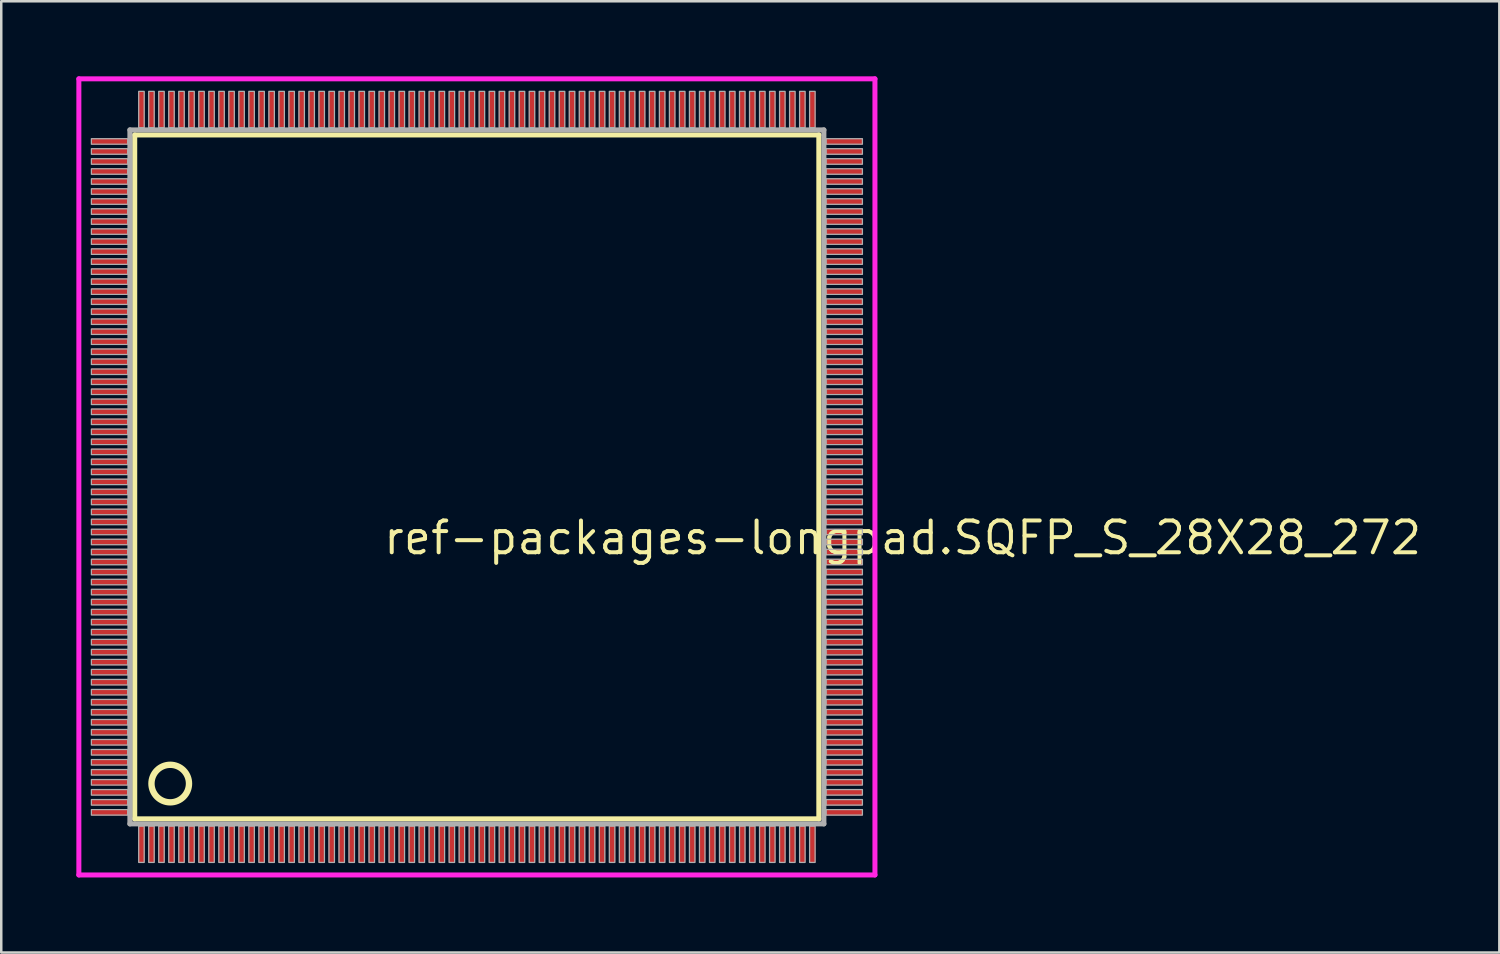
<source format=kicad_pcb>
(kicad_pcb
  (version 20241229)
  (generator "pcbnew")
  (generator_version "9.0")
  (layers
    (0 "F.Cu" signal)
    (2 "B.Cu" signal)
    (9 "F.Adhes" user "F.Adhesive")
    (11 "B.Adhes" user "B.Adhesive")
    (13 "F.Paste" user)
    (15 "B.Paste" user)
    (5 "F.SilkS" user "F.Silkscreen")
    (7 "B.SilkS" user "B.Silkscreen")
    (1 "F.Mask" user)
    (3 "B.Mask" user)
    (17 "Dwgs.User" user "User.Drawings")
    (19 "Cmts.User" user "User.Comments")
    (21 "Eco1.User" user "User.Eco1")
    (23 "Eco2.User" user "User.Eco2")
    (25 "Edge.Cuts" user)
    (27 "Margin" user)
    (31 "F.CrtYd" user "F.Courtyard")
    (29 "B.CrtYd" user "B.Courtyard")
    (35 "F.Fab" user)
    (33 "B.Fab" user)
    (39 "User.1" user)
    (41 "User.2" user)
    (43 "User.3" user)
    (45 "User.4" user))
  (footprint "ref-packages-longpad.SQFP_S_28X28_272"
    (layer "F.Cu")
    (at 16 16)
    (property "Reference" "ref-packages-longpad.SQFP_S_28X28_272" (at -3.81 3.175 0) (layer "F.SilkS") (effects (font (size 1.27 1.27) (thickness 0.16)) (justify left bottom)))
    (attr smd)
    (fp_line (start -13.67 -13.66) (end 13.66 -13.66) (stroke (width 0.203) (type default)) (layer "F.SilkS"))
    (fp_line (start -13.67 13.66) (end -13.67 -13.66) (stroke (width 0.203) (type default)) (layer "F.SilkS"))
    (fp_line (start 13.66 -13.66) (end 13.66 13.66) (stroke (width 0.203) (type default)) (layer "F.SilkS"))
    (fp_line (start 13.66 13.66) (end -13.67 13.66) (stroke (width 0.203) (type default)) (layer "F.SilkS"))
    (fp_circle (center -12.25 12.25) (end -11.5 12.25) (stroke (width 0.254) (type default)) (fill no) (layer "F.SilkS"))
    (fp_line (start -15.9 -15.9) (end 15.9 -15.9) (stroke (width 0.2) (type default)) (layer "F.CrtYd"))
    (fp_line (start -15.9 15.9) (end -15.9 -15.9) (stroke (width 0.2) (type default)) (layer "F.CrtYd"))
    (fp_line (start 15.9 -15.9) (end 15.9 15.9) (stroke (width 0.2) (type default)) (layer "F.CrtYd"))
    (fp_line (start 15.9 15.9) (end -15.9 15.9) (stroke (width 0.2) (type default)) (layer "F.CrtYd"))
    (fp_line (start -13.86 -13.86) (end -13.86 13.86) (stroke (width 0.203) (type default)) (layer "F.Fab"))
    (fp_line (start -13.86 13.86) (end 13.86 13.86) (stroke (width 0.203) (type default)) (layer "F.Fab"))
    (fp_line (start 13.86 -13.86) (end -13.86 -13.86) (stroke (width 0.203) (type default)) (layer "F.Fab"))
    (fp_line (start 13.86 13.86) (end 13.86 -13.86) (stroke (width 0.203) (type default)) (layer "F.Fab"))
    (fp_rect (start -15.4 -13.29) (end -13.95 -13.51) (stroke (width 0.05) (type default)) (fill no) (layer "F.Fab"))
    (fp_rect (start -15.4 -12.89) (end -13.95 -13.11) (stroke (width 0.05) (type default)) (fill no) (layer "F.Fab"))
    (fp_rect (start -15.4 -12.49) (end -13.95 -12.71) (stroke (width 0.05) (type default)) (fill no) (layer "F.Fab"))
    (fp_rect (start -15.4 -12.09) (end -13.95 -12.31) (stroke (width 0.05) (type default)) (fill no) (layer "F.Fab"))
    (fp_rect (start -15.4 -11.69) (end -13.95 -11.91) (stroke (width 0.05) (type default)) (fill no) (layer "F.Fab"))
    (fp_rect (start -15.4 -11.29) (end -13.95 -11.51) (stroke (width 0.05) (type default)) (fill no) (layer "F.Fab"))
    (fp_rect (start -15.4 -10.89) (end -13.95 -11.11) (stroke (width 0.05) (type default)) (fill no) (layer "F.Fab"))
    (fp_rect (start -15.4 -10.49) (end -13.95 -10.71) (stroke (width 0.05) (type default)) (fill no) (layer "F.Fab"))
    (fp_rect (start -15.4 -10.09) (end -13.95 -10.31) (stroke (width 0.05) (type default)) (fill no) (layer "F.Fab"))
    (fp_rect (start -15.4 -9.69) (end -13.95 -9.91) (stroke (width 0.05) (type default)) (fill no) (layer "F.Fab"))
    (fp_rect (start -15.4 -9.29) (end -13.95 -9.51) (stroke (width 0.05) (type default)) (fill no) (layer "F.Fab"))
    (fp_rect (start -15.4 -8.89) (end -13.95 -9.11) (stroke (width 0.05) (type default)) (fill no) (layer "F.Fab"))
    (fp_rect (start -15.4 -8.49) (end -13.95 -8.71) (stroke (width 0.05) (type default)) (fill no) (layer "F.Fab"))
    (fp_rect (start -15.4 -8.09) (end -13.95 -8.31) (stroke (width 0.05) (type default)) (fill no) (layer "F.Fab"))
    (fp_rect (start -15.4 -7.69) (end -13.95 -7.91) (stroke (width 0.05) (type default)) (fill no) (layer "F.Fab"))
    (fp_rect (start -15.4 -7.29) (end -13.95 -7.51) (stroke (width 0.05) (type default)) (fill no) (layer "F.Fab"))
    (fp_rect (start -15.4 -6.89) (end -13.95 -7.11) (stroke (width 0.05) (type default)) (fill no) (layer "F.Fab"))
    (fp_rect (start -15.4 -6.49) (end -13.95 -6.71) (stroke (width 0.05) (type default)) (fill no) (layer "F.Fab"))
    (fp_rect (start -15.4 -6.09) (end -13.95 -6.31) (stroke (width 0.05) (type default)) (fill no) (layer "F.Fab"))
    (fp_rect (start -15.4 -5.69) (end -13.95 -5.91) (stroke (width 0.05) (type default)) (fill no) (layer "F.Fab"))
    (fp_rect (start -15.4 -5.29) (end -13.95 -5.51) (stroke (width 0.05) (type default)) (fill no) (layer "F.Fab"))
    (fp_rect (start -15.4 -4.89) (end -13.95 -5.11) (stroke (width 0.05) (type default)) (fill no) (layer "F.Fab"))
    (fp_rect (start -15.4 -4.49) (end -13.95 -4.71) (stroke (width 0.05) (type default)) (fill no) (layer "F.Fab"))
    (fp_rect (start -15.4 -4.09) (end -13.95 -4.31) (stroke (width 0.05) (type default)) (fill no) (layer "F.Fab"))
    (fp_rect (start -15.4 -3.69) (end -13.95 -3.91) (stroke (width 0.05) (type default)) (fill no) (layer "F.Fab"))
    (fp_rect (start -15.4 -3.29) (end -13.95 -3.51) (stroke (width 0.05) (type default)) (fill no) (layer "F.Fab"))
    (fp_rect (start -15.4 -2.89) (end -13.95 -3.11) (stroke (width 0.05) (type default)) (fill no) (layer "F.Fab"))
    (fp_rect (start -15.4 -2.49) (end -13.95 -2.71) (stroke (width 0.05) (type default)) (fill no) (layer "F.Fab"))
    (fp_rect (start -15.4 -2.09) (end -13.95 -2.31) (stroke (width 0.05) (type default)) (fill no) (layer "F.Fab"))
    (fp_rect (start -15.4 -1.69) (end -13.95 -1.91) (stroke (width 0.05) (type default)) (fill no) (layer "F.Fab"))
    (fp_rect (start -15.4 -1.29) (end -13.95 -1.51) (stroke (width 0.05) (type default)) (fill no) (layer "F.Fab"))
    (fp_rect (start -15.4 -0.89) (end -13.95 -1.11) (stroke (width 0.05) (type default)) (fill no) (layer "F.Fab"))
    (fp_rect (start -15.4 -0.49) (end -13.95 -0.71) (stroke (width 0.05) (type default)) (fill no) (layer "F.Fab"))
    (fp_rect (start -15.4 -0.09) (end -13.95 -0.31) (stroke (width 0.05) (type default)) (fill no) (layer "F.Fab"))
    (fp_rect (start -15.4 0.31) (end -13.95 0.09) (stroke (width 0.05) (type default)) (fill no) (layer "F.Fab"))
    (fp_rect (start -15.4 0.71) (end -13.95 0.49) (stroke (width 0.05) (type default)) (fill no) (layer "F.Fab"))
    (fp_rect (start -15.4 1.11) (end -13.95 0.89) (stroke (width 0.05) (type default)) (fill no) (layer "F.Fab"))
    (fp_rect (start -15.4 1.51) (end -13.95 1.29) (stroke (width 0.05) (type default)) (fill no) (layer "F.Fab"))
    (fp_rect (start -15.4 1.91) (end -13.95 1.69) (stroke (width 0.05) (type default)) (fill no) (layer "F.Fab"))
    (fp_rect (start -15.4 2.31) (end -13.95 2.09) (stroke (width 0.05) (type default)) (fill no) (layer "F.Fab"))
    (fp_rect (start -15.4 2.71) (end -13.95 2.49) (stroke (width 0.05) (type default)) (fill no) (layer "F.Fab"))
    (fp_rect (start -15.4 3.11) (end -13.95 2.89) (stroke (width 0.05) (type default)) (fill no) (layer "F.Fab"))
    (fp_rect (start -15.4 3.51) (end -13.95 3.29) (stroke (width 0.05) (type default)) (fill no) (layer "F.Fab"))
    (fp_rect (start -15.4 3.91) (end -13.95 3.69) (stroke (width 0.05) (type default)) (fill no) (layer "F.Fab"))
    (fp_rect (start -15.4 4.31) (end -13.95 4.09) (stroke (width 0.05) (type default)) (fill no) (layer "F.Fab"))
    (fp_rect (start -15.4 4.71) (end -13.95 4.49) (stroke (width 0.05) (type default)) (fill no) (layer "F.Fab"))
    (fp_rect (start -15.4 5.11) (end -13.95 4.89) (stroke (width 0.05) (type default)) (fill no) (layer "F.Fab"))
    (fp_rect (start -15.4 5.51) (end -13.95 5.29) (stroke (width 0.05) (type default)) (fill no) (layer "F.Fab"))
    (fp_rect (start -15.4 5.91) (end -13.95 5.69) (stroke (width 0.05) (type default)) (fill no) (layer "F.Fab"))
    (fp_rect (start -15.4 6.31) (end -13.95 6.09) (stroke (width 0.05) (type default)) (fill no) (layer "F.Fab"))
    (fp_rect (start -15.4 6.71) (end -13.95 6.49) (stroke (width 0.05) (type default)) (fill no) (layer "F.Fab"))
    (fp_rect (start -15.4 7.11) (end -13.95 6.89) (stroke (width 0.05) (type default)) (fill no) (layer "F.Fab"))
    (fp_rect (start -15.4 7.51) (end -13.95 7.29) (stroke (width 0.05) (type default)) (fill no) (layer "F.Fab"))
    (fp_rect (start -15.4 7.91) (end -13.95 7.69) (stroke (width 0.05) (type default)) (fill no) (layer "F.Fab"))
    (fp_rect (start -15.4 8.31) (end -13.95 8.09) (stroke (width 0.05) (type default)) (fill no) (layer "F.Fab"))
    (fp_rect (start -15.4 8.71) (end -13.95 8.49) (stroke (width 0.05) (type default)) (fill no) (layer "F.Fab"))
    (fp_rect (start -15.4 9.11) (end -13.95 8.89) (stroke (width 0.05) (type default)) (fill no) (layer "F.Fab"))
    (fp_rect (start -15.4 9.51) (end -13.95 9.29) (stroke (width 0.05) (type default)) (fill no) (layer "F.Fab"))
    (fp_rect (start -15.4 9.91) (end -13.95 9.69) (stroke (width 0.05) (type default)) (fill no) (layer "F.Fab"))
    (fp_rect (start -15.4 10.31) (end -13.95 10.09) (stroke (width 0.05) (type default)) (fill no) (layer "F.Fab"))
    (fp_rect (start -15.4 10.71) (end -13.95 10.49) (stroke (width 0.05) (type default)) (fill no) (layer "F.Fab"))
    (fp_rect (start -15.4 11.11) (end -13.95 10.89) (stroke (width 0.05) (type default)) (fill no) (layer "F.Fab"))
    (fp_rect (start -15.4 11.51) (end -13.95 11.29) (stroke (width 0.05) (type default)) (fill no) (layer "F.Fab"))
    (fp_rect (start -15.4 11.91) (end -13.95 11.69) (stroke (width 0.05) (type default)) (fill no) (layer "F.Fab"))
    (fp_rect (start -15.4 12.31) (end -13.95 12.09) (stroke (width 0.05) (type default)) (fill no) (layer "F.Fab"))
    (fp_rect (start -15.4 12.71) (end -13.95 12.49) (stroke (width 0.05) (type default)) (fill no) (layer "F.Fab"))
    (fp_rect (start -15.4 13.11) (end -13.95 12.89) (stroke (width 0.05) (type default)) (fill no) (layer "F.Fab"))
    (fp_rect (start -15.4 13.51) (end -13.95 13.29) (stroke (width 0.05) (type default)) (fill no) (layer "F.Fab"))
    (fp_rect (start -13.51 -13.95) (end -13.29 -15.4) (stroke (width 0.05) (type default)) (fill no) (layer "F.Fab"))
    (fp_rect (start -13.51 15.4) (end -13.29 13.95) (stroke (width 0.05) (type default)) (fill no) (layer "F.Fab"))
    (fp_rect (start -13.11 -13.95) (end -12.89 -15.4) (stroke (width 0.05) (type default)) (fill no) (layer "F.Fab"))
    (fp_rect (start -13.11 15.4) (end -12.89 13.95) (stroke (width 0.05) (type default)) (fill no) (layer "F.Fab"))
    (fp_rect (start -12.71 -13.95) (end -12.49 -15.4) (stroke (width 0.05) (type default)) (fill no) (layer "F.Fab"))
    (fp_rect (start -12.71 15.4) (end -12.49 13.95) (stroke (width 0.05) (type default)) (fill no) (layer "F.Fab"))
    (fp_rect (start -12.31 -13.95) (end -12.09 -15.4) (stroke (width 0.05) (type default)) (fill no) (layer "F.Fab"))
    (fp_rect (start -12.31 15.4) (end -12.09 13.95) (stroke (width 0.05) (type default)) (fill no) (layer "F.Fab"))
    (fp_rect (start -11.91 -13.95) (end -11.69 -15.4) (stroke (width 0.05) (type default)) (fill no) (layer "F.Fab"))
    (fp_rect (start -11.91 15.4) (end -11.69 13.95) (stroke (width 0.05) (type default)) (fill no) (layer "F.Fab"))
    (fp_rect (start -11.51 -13.95) (end -11.29 -15.4) (stroke (width 0.05) (type default)) (fill no) (layer "F.Fab"))
    (fp_rect (start -11.51 15.4) (end -11.29 13.95) (stroke (width 0.05) (type default)) (fill no) (layer "F.Fab"))
    (fp_rect (start -11.11 -13.95) (end -10.89 -15.4) (stroke (width 0.05) (type default)) (fill no) (layer "F.Fab"))
    (fp_rect (start -11.11 15.4) (end -10.89 13.95) (stroke (width 0.05) (type default)) (fill no) (layer "F.Fab"))
    (fp_rect (start -10.71 -13.95) (end -10.49 -15.4) (stroke (width 0.05) (type default)) (fill no) (layer "F.Fab"))
    (fp_rect (start -10.71 15.4) (end -10.49 13.95) (stroke (width 0.05) (type default)) (fill no) (layer "F.Fab"))
    (fp_rect (start -10.31 -13.95) (end -10.09 -15.4) (stroke (width 0.05) (type default)) (fill no) (layer "F.Fab"))
    (fp_rect (start -10.31 15.4) (end -10.09 13.95) (stroke (width 0.05) (type default)) (fill no) (layer "F.Fab"))
    (fp_rect (start -9.91 -13.95) (end -9.69 -15.4) (stroke (width 0.05) (type default)) (fill no) (layer "F.Fab"))
    (fp_rect (start -9.91 15.4) (end -9.69 13.95) (stroke (width 0.05) (type default)) (fill no) (layer "F.Fab"))
    (fp_rect (start -9.51 -13.95) (end -9.29 -15.4) (stroke (width 0.05) (type default)) (fill no) (layer "F.Fab"))
    (fp_rect (start -9.51 15.4) (end -9.29 13.95) (stroke (width 0.05) (type default)) (fill no) (layer "F.Fab"))
    (fp_rect (start -9.11 -13.95) (end -8.89 -15.4) (stroke (width 0.05) (type default)) (fill no) (layer "F.Fab"))
    (fp_rect (start -9.11 15.4) (end -8.89 13.95) (stroke (width 0.05) (type default)) (fill no) (layer "F.Fab"))
    (fp_rect (start -8.71 -13.95) (end -8.49 -15.4) (stroke (width 0.05) (type default)) (fill no) (layer "F.Fab"))
    (fp_rect (start -8.71 15.4) (end -8.49 13.95) (stroke (width 0.05) (type default)) (fill no) (layer "F.Fab"))
    (fp_rect (start -8.31 -13.95) (end -8.09 -15.4) (stroke (width 0.05) (type default)) (fill no) (layer "F.Fab"))
    (fp_rect (start -8.31 15.4) (end -8.09 13.95) (stroke (width 0.05) (type default)) (fill no) (layer "F.Fab"))
    (fp_rect (start -7.91 -13.95) (end -7.69 -15.4) (stroke (width 0.05) (type default)) (fill no) (layer "F.Fab"))
    (fp_rect (start -7.91 15.4) (end -7.69 13.95) (stroke (width 0.05) (type default)) (fill no) (layer "F.Fab"))
    (fp_rect (start -7.51 -13.95) (end -7.29 -15.4) (stroke (width 0.05) (type default)) (fill no) (layer "F.Fab"))
    (fp_rect (start -7.51 15.4) (end -7.29 13.95) (stroke (width 0.05) (type default)) (fill no) (layer "F.Fab"))
    (fp_rect (start -7.11 -13.95) (end -6.89 -15.4) (stroke (width 0.05) (type default)) (fill no) (layer "F.Fab"))
    (fp_rect (start -7.11 15.4) (end -6.89 13.95) (stroke (width 0.05) (type default)) (fill no) (layer "F.Fab"))
    (fp_rect (start -6.71 -13.95) (end -6.49 -15.4) (stroke (width 0.05) (type default)) (fill no) (layer "F.Fab"))
    (fp_rect (start -6.71 15.4) (end -6.49 13.95) (stroke (width 0.05) (type default)) (fill no) (layer "F.Fab"))
    (fp_rect (start -6.31 -13.95) (end -6.09 -15.4) (stroke (width 0.05) (type default)) (fill no) (layer "F.Fab"))
    (fp_rect (start -6.31 15.4) (end -6.09 13.95) (stroke (width 0.05) (type default)) (fill no) (layer "F.Fab"))
    (fp_rect (start -5.91 -13.95) (end -5.69 -15.4) (stroke (width 0.05) (type default)) (fill no) (layer "F.Fab"))
    (fp_rect (start -5.91 15.4) (end -5.69 13.95) (stroke (width 0.05) (type default)) (fill no) (layer "F.Fab"))
    (fp_rect (start -5.51 -13.95) (end -5.29 -15.4) (stroke (width 0.05) (type default)) (fill no) (layer "F.Fab"))
    (fp_rect (start -5.51 15.4) (end -5.29 13.95) (stroke (width 0.05) (type default)) (fill no) (layer "F.Fab"))
    (fp_rect (start -5.11 -13.95) (end -4.89 -15.4) (stroke (width 0.05) (type default)) (fill no) (layer "F.Fab"))
    (fp_rect (start -5.11 15.4) (end -4.89 13.95) (stroke (width 0.05) (type default)) (fill no) (layer "F.Fab"))
    (fp_rect (start -4.71 -13.95) (end -4.49 -15.4) (stroke (width 0.05) (type default)) (fill no) (layer "F.Fab"))
    (fp_rect (start -4.71 15.4) (end -4.49 13.95) (stroke (width 0.05) (type default)) (fill no) (layer "F.Fab"))
    (fp_rect (start -4.31 -13.95) (end -4.09 -15.4) (stroke (width 0.05) (type default)) (fill no) (layer "F.Fab"))
    (fp_rect (start -4.31 15.4) (end -4.09 13.95) (stroke (width 0.05) (type default)) (fill no) (layer "F.Fab"))
    (fp_rect (start -3.91 -13.95) (end -3.69 -15.4) (stroke (width 0.05) (type default)) (fill no) (layer "F.Fab"))
    (fp_rect (start -3.91 15.4) (end -3.69 13.95) (stroke (width 0.05) (type default)) (fill no) (layer "F.Fab"))
    (fp_rect (start -3.51 -13.95) (end -3.29 -15.4) (stroke (width 0.05) (type default)) (fill no) (layer "F.Fab"))
    (fp_rect (start -3.51 15.4) (end -3.29 13.95) (stroke (width 0.05) (type default)) (fill no) (layer "F.Fab"))
    (fp_rect (start -3.11 -13.95) (end -2.89 -15.4) (stroke (width 0.05) (type default)) (fill no) (layer "F.Fab"))
    (fp_rect (start -3.11 15.4) (end -2.89 13.95) (stroke (width 0.05) (type default)) (fill no) (layer "F.Fab"))
    (fp_rect (start -2.71 -13.95) (end -2.49 -15.4) (stroke (width 0.05) (type default)) (fill no) (layer "F.Fab"))
    (fp_rect (start -2.71 15.4) (end -2.49 13.95) (stroke (width 0.05) (type default)) (fill no) (layer "F.Fab"))
    (fp_rect (start -2.31 -13.95) (end -2.09 -15.4) (stroke (width 0.05) (type default)) (fill no) (layer "F.Fab"))
    (fp_rect (start -2.31 15.4) (end -2.09 13.95) (stroke (width 0.05) (type default)) (fill no) (layer "F.Fab"))
    (fp_rect (start -1.91 -13.95) (end -1.69 -15.4) (stroke (width 0.05) (type default)) (fill no) (layer "F.Fab"))
    (fp_rect (start -1.91 15.4) (end -1.69 13.95) (stroke (width 0.05) (type default)) (fill no) (layer "F.Fab"))
    (fp_rect (start -1.51 -13.95) (end -1.29 -15.4) (stroke (width 0.05) (type default)) (fill no) (layer "F.Fab"))
    (fp_rect (start -1.51 15.4) (end -1.29 13.95) (stroke (width 0.05) (type default)) (fill no) (layer "F.Fab"))
    (fp_rect (start -1.11 -13.95) (end -0.89 -15.4) (stroke (width 0.05) (type default)) (fill no) (layer "F.Fab"))
    (fp_rect (start -1.11 15.4) (end -0.89 13.95) (stroke (width 0.05) (type default)) (fill no) (layer "F.Fab"))
    (fp_rect (start -0.71 -13.95) (end -0.49 -15.4) (stroke (width 0.05) (type default)) (fill no) (layer "F.Fab"))
    (fp_rect (start -0.71 15.4) (end -0.49 13.95) (stroke (width 0.05) (type default)) (fill no) (layer "F.Fab"))
    (fp_rect (start -0.31 -13.95) (end -0.09 -15.4) (stroke (width 0.05) (type default)) (fill no) (layer "F.Fab"))
    (fp_rect (start -0.31 15.4) (end -0.09 13.95) (stroke (width 0.05) (type default)) (fill no) (layer "F.Fab"))
    (fp_rect (start 0.09 -13.95) (end 0.31 -15.4) (stroke (width 0.05) (type default)) (fill no) (layer "F.Fab"))
    (fp_rect (start 0.09 15.4) (end 0.31 13.95) (stroke (width 0.05) (type default)) (fill no) (layer "F.Fab"))
    (fp_rect (start 0.49 -13.95) (end 0.71 -15.4) (stroke (width 0.05) (type default)) (fill no) (layer "F.Fab"))
    (fp_rect (start 0.49 15.4) (end 0.71 13.95) (stroke (width 0.05) (type default)) (fill no) (layer "F.Fab"))
    (fp_rect (start 0.89 -13.95) (end 1.11 -15.4) (stroke (width 0.05) (type default)) (fill no) (layer "F.Fab"))
    (fp_rect (start 0.89 15.4) (end 1.11 13.95) (stroke (width 0.05) (type default)) (fill no) (layer "F.Fab"))
    (fp_rect (start 1.29 -13.95) (end 1.51 -15.4) (stroke (width 0.05) (type default)) (fill no) (layer "F.Fab"))
    (fp_rect (start 1.29 15.4) (end 1.51 13.95) (stroke (width 0.05) (type default)) (fill no) (layer "F.Fab"))
    (fp_rect (start 1.69 -13.95) (end 1.91 -15.4) (stroke (width 0.05) (type default)) (fill no) (layer "F.Fab"))
    (fp_rect (start 1.69 15.4) (end 1.91 13.95) (stroke (width 0.05) (type default)) (fill no) (layer "F.Fab"))
    (fp_rect (start 2.09 -13.95) (end 2.31 -15.4) (stroke (width 0.05) (type default)) (fill no) (layer "F.Fab"))
    (fp_rect (start 2.09 15.4) (end 2.31 13.95) (stroke (width 0.05) (type default)) (fill no) (layer "F.Fab"))
    (fp_rect (start 2.49 -13.95) (end 2.71 -15.4) (stroke (width 0.05) (type default)) (fill no) (layer "F.Fab"))
    (fp_rect (start 2.49 15.4) (end 2.71 13.95) (stroke (width 0.05) (type default)) (fill no) (layer "F.Fab"))
    (fp_rect (start 2.89 -13.95) (end 3.11 -15.4) (stroke (width 0.05) (type default)) (fill no) (layer "F.Fab"))
    (fp_rect (start 2.89 15.4) (end 3.11 13.95) (stroke (width 0.05) (type default)) (fill no) (layer "F.Fab"))
    (fp_rect (start 3.29 -13.95) (end 3.51 -15.4) (stroke (width 0.05) (type default)) (fill no) (layer "F.Fab"))
    (fp_rect (start 3.29 15.4) (end 3.51 13.95) (stroke (width 0.05) (type default)) (fill no) (layer "F.Fab"))
    (fp_rect (start 3.69 -13.95) (end 3.91 -15.4) (stroke (width 0.05) (type default)) (fill no) (layer "F.Fab"))
    (fp_rect (start 3.69 15.4) (end 3.91 13.95) (stroke (width 0.05) (type default)) (fill no) (layer "F.Fab"))
    (fp_rect (start 4.09 -13.95) (end 4.31 -15.4) (stroke (width 0.05) (type default)) (fill no) (layer "F.Fab"))
    (fp_rect (start 4.09 15.4) (end 4.31 13.95) (stroke (width 0.05) (type default)) (fill no) (layer "F.Fab"))
    (fp_rect (start 4.49 -13.95) (end 4.71 -15.4) (stroke (width 0.05) (type default)) (fill no) (layer "F.Fab"))
    (fp_rect (start 4.49 15.4) (end 4.71 13.95) (stroke (width 0.05) (type default)) (fill no) (layer "F.Fab"))
    (fp_rect (start 4.89 -13.95) (end 5.11 -15.4) (stroke (width 0.05) (type default)) (fill no) (layer "F.Fab"))
    (fp_rect (start 4.89 15.4) (end 5.11 13.95) (stroke (width 0.05) (type default)) (fill no) (layer "F.Fab"))
    (fp_rect (start 5.29 -13.95) (end 5.51 -15.4) (stroke (width 0.05) (type default)) (fill no) (layer "F.Fab"))
    (fp_rect (start 5.29 15.4) (end 5.51 13.95) (stroke (width 0.05) (type default)) (fill no) (layer "F.Fab"))
    (fp_rect (start 5.69 -13.95) (end 5.91 -15.4) (stroke (width 0.05) (type default)) (fill no) (layer "F.Fab"))
    (fp_rect (start 5.69 15.4) (end 5.91 13.95) (stroke (width 0.05) (type default)) (fill no) (layer "F.Fab"))
    (fp_rect (start 6.09 -13.95) (end 6.31 -15.4) (stroke (width 0.05) (type default)) (fill no) (layer "F.Fab"))
    (fp_rect (start 6.09 15.4) (end 6.31 13.95) (stroke (width 0.05) (type default)) (fill no) (layer "F.Fab"))
    (fp_rect (start 6.49 -13.95) (end 6.71 -15.4) (stroke (width 0.05) (type default)) (fill no) (layer "F.Fab"))
    (fp_rect (start 6.49 15.4) (end 6.71 13.95) (stroke (width 0.05) (type default)) (fill no) (layer "F.Fab"))
    (fp_rect (start 6.89 -13.95) (end 7.11 -15.4) (stroke (width 0.05) (type default)) (fill no) (layer "F.Fab"))
    (fp_rect (start 6.89 15.4) (end 7.11 13.95) (stroke (width 0.05) (type default)) (fill no) (layer "F.Fab"))
    (fp_rect (start 7.29 -13.95) (end 7.51 -15.4) (stroke (width 0.05) (type default)) (fill no) (layer "F.Fab"))
    (fp_rect (start 7.29 15.4) (end 7.51 13.95) (stroke (width 0.05) (type default)) (fill no) (layer "F.Fab"))
    (fp_rect (start 7.69 -13.95) (end 7.91 -15.4) (stroke (width 0.05) (type default)) (fill no) (layer "F.Fab"))
    (fp_rect (start 7.69 15.4) (end 7.91 13.95) (stroke (width 0.05) (type default)) (fill no) (layer "F.Fab"))
    (fp_rect (start 8.09 -13.95) (end 8.31 -15.4) (stroke (width 0.05) (type default)) (fill no) (layer "F.Fab"))
    (fp_rect (start 8.09 15.4) (end 8.31 13.95) (stroke (width 0.05) (type default)) (fill no) (layer "F.Fab"))
    (fp_rect (start 8.49 -13.95) (end 8.71 -15.4) (stroke (width 0.05) (type default)) (fill no) (layer "F.Fab"))
    (fp_rect (start 8.49 15.4) (end 8.71 13.95) (stroke (width 0.05) (type default)) (fill no) (layer "F.Fab"))
    (fp_rect (start 8.89 -13.95) (end 9.11 -15.4) (stroke (width 0.05) (type default)) (fill no) (layer "F.Fab"))
    (fp_rect (start 8.89 15.4) (end 9.11 13.95) (stroke (width 0.05) (type default)) (fill no) (layer "F.Fab"))
    (fp_rect (start 9.29 -13.95) (end 9.51 -15.4) (stroke (width 0.05) (type default)) (fill no) (layer "F.Fab"))
    (fp_rect (start 9.29 15.4) (end 9.51 13.95) (stroke (width 0.05) (type default)) (fill no) (layer "F.Fab"))
    (fp_rect (start 9.69 -13.95) (end 9.91 -15.4) (stroke (width 0.05) (type default)) (fill no) (layer "F.Fab"))
    (fp_rect (start 9.69 15.4) (end 9.91 13.95) (stroke (width 0.05) (type default)) (fill no) (layer "F.Fab"))
    (fp_rect (start 10.09 -13.95) (end 10.31 -15.4) (stroke (width 0.05) (type default)) (fill no) (layer "F.Fab"))
    (fp_rect (start 10.09 15.4) (end 10.31 13.95) (stroke (width 0.05) (type default)) (fill no) (layer "F.Fab"))
    (fp_rect (start 10.49 -13.95) (end 10.71 -15.4) (stroke (width 0.05) (type default)) (fill no) (layer "F.Fab"))
    (fp_rect (start 10.49 15.4) (end 10.71 13.95) (stroke (width 0.05) (type default)) (fill no) (layer "F.Fab"))
    (fp_rect (start 10.89 -13.95) (end 11.11 -15.4) (stroke (width 0.05) (type default)) (fill no) (layer "F.Fab"))
    (fp_rect (start 10.89 15.4) (end 11.11 13.95) (stroke (width 0.05) (type default)) (fill no) (layer "F.Fab"))
    (fp_rect (start 11.29 -13.95) (end 11.51 -15.4) (stroke (width 0.05) (type default)) (fill no) (layer "F.Fab"))
    (fp_rect (start 11.29 15.4) (end 11.51 13.95) (stroke (width 0.05) (type default)) (fill no) (layer "F.Fab"))
    (fp_rect (start 11.69 -13.95) (end 11.91 -15.4) (stroke (width 0.05) (type default)) (fill no) (layer "F.Fab"))
    (fp_rect (start 11.69 15.4) (end 11.91 13.95) (stroke (width 0.05) (type default)) (fill no) (layer "F.Fab"))
    (fp_rect (start 12.09 -13.95) (end 12.31 -15.4) (stroke (width 0.05) (type default)) (fill no) (layer "F.Fab"))
    (fp_rect (start 12.09 15.4) (end 12.31 13.95) (stroke (width 0.05) (type default)) (fill no) (layer "F.Fab"))
    (fp_rect (start 12.49 -13.95) (end 12.71 -15.4) (stroke (width 0.05) (type default)) (fill no) (layer "F.Fab"))
    (fp_rect (start 12.49 15.4) (end 12.71 13.95) (stroke (width 0.05) (type default)) (fill no) (layer "F.Fab"))
    (fp_rect (start 12.89 -13.95) (end 13.11 -15.4) (stroke (width 0.05) (type default)) (fill no) (layer "F.Fab"))
    (fp_rect (start 12.89 15.4) (end 13.11 13.95) (stroke (width 0.05) (type default)) (fill no) (layer "F.Fab"))
    (fp_rect (start 13.29 -13.95) (end 13.51 -15.4) (stroke (width 0.05) (type default)) (fill no) (layer "F.Fab"))
    (fp_rect (start 13.29 15.4) (end 13.51 13.95) (stroke (width 0.05) (type default)) (fill no) (layer "F.Fab"))
    (fp_rect (start 13.95 -13.29) (end 15.4 -13.51) (stroke (width 0.05) (type default)) (fill no) (layer "F.Fab"))
    (fp_rect (start 13.95 -12.89) (end 15.4 -13.11) (stroke (width 0.05) (type default)) (fill no) (layer "F.Fab"))
    (fp_rect (start 13.95 -12.49) (end 15.4 -12.71) (stroke (width 0.05) (type default)) (fill no) (layer "F.Fab"))
    (fp_rect (start 13.95 -12.09) (end 15.4 -12.31) (stroke (width 0.05) (type default)) (fill no) (layer "F.Fab"))
    (fp_rect (start 13.95 -11.69) (end 15.4 -11.91) (stroke (width 0.05) (type default)) (fill no) (layer "F.Fab"))
    (fp_rect (start 13.95 -11.29) (end 15.4 -11.51) (stroke (width 0.05) (type default)) (fill no) (layer "F.Fab"))
    (fp_rect (start 13.95 -10.89) (end 15.4 -11.11) (stroke (width 0.05) (type default)) (fill no) (layer "F.Fab"))
    (fp_rect (start 13.95 -10.49) (end 15.4 -10.71) (stroke (width 0.05) (type default)) (fill no) (layer "F.Fab"))
    (fp_rect (start 13.95 -10.09) (end 15.4 -10.31) (stroke (width 0.05) (type default)) (fill no) (layer "F.Fab"))
    (fp_rect (start 13.95 -9.69) (end 15.4 -9.91) (stroke (width 0.05) (type default)) (fill no) (layer "F.Fab"))
    (fp_rect (start 13.95 -9.29) (end 15.4 -9.51) (stroke (width 0.05) (type default)) (fill no) (layer "F.Fab"))
    (fp_rect (start 13.95 -8.89) (end 15.4 -9.11) (stroke (width 0.05) (type default)) (fill no) (layer "F.Fab"))
    (fp_rect (start 13.95 -8.49) (end 15.4 -8.71) (stroke (width 0.05) (type default)) (fill no) (layer "F.Fab"))
    (fp_rect (start 13.95 -8.09) (end 15.4 -8.31) (stroke (width 0.05) (type default)) (fill no) (layer "F.Fab"))
    (fp_rect (start 13.95 -7.69) (end 15.4 -7.91) (stroke (width 0.05) (type default)) (fill no) (layer "F.Fab"))
    (fp_rect (start 13.95 -7.29) (end 15.4 -7.51) (stroke (width 0.05) (type default)) (fill no) (layer "F.Fab"))
    (fp_rect (start 13.95 -6.89) (end 15.4 -7.11) (stroke (width 0.05) (type default)) (fill no) (layer "F.Fab"))
    (fp_rect (start 13.95 -6.49) (end 15.4 -6.71) (stroke (width 0.05) (type default)) (fill no) (layer "F.Fab"))
    (fp_rect (start 13.95 -6.09) (end 15.4 -6.31) (stroke (width 0.05) (type default)) (fill no) (layer "F.Fab"))
    (fp_rect (start 13.95 -5.69) (end 15.4 -5.91) (stroke (width 0.05) (type default)) (fill no) (layer "F.Fab"))
    (fp_rect (start 13.95 -5.29) (end 15.4 -5.51) (stroke (width 0.05) (type default)) (fill no) (layer "F.Fab"))
    (fp_rect (start 13.95 -4.89) (end 15.4 -5.11) (stroke (width 0.05) (type default)) (fill no) (layer "F.Fab"))
    (fp_rect (start 13.95 -4.49) (end 15.4 -4.71) (stroke (width 0.05) (type default)) (fill no) (layer "F.Fab"))
    (fp_rect (start 13.95 -4.09) (end 15.4 -4.31) (stroke (width 0.05) (type default)) (fill no) (layer "F.Fab"))
    (fp_rect (start 13.95 -3.69) (end 15.4 -3.91) (stroke (width 0.05) (type default)) (fill no) (layer "F.Fab"))
    (fp_rect (start 13.95 -3.29) (end 15.4 -3.51) (stroke (width 0.05) (type default)) (fill no) (layer "F.Fab"))
    (fp_rect (start 13.95 -2.89) (end 15.4 -3.11) (stroke (width 0.05) (type default)) (fill no) (layer "F.Fab"))
    (fp_rect (start 13.95 -2.49) (end 15.4 -2.71) (stroke (width 0.05) (type default)) (fill no) (layer "F.Fab"))
    (fp_rect (start 13.95 -2.09) (end 15.4 -2.31) (stroke (width 0.05) (type default)) (fill no) (layer "F.Fab"))
    (fp_rect (start 13.95 -1.69) (end 15.4 -1.91) (stroke (width 0.05) (type default)) (fill no) (layer "F.Fab"))
    (fp_rect (start 13.95 -1.29) (end 15.4 -1.51) (stroke (width 0.05) (type default)) (fill no) (layer "F.Fab"))
    (fp_rect (start 13.95 -0.89) (end 15.4 -1.11) (stroke (width 0.05) (type default)) (fill no) (layer "F.Fab"))
    (fp_rect (start 13.95 -0.49) (end 15.4 -0.71) (stroke (width 0.05) (type default)) (fill no) (layer "F.Fab"))
    (fp_rect (start 13.95 -0.09) (end 15.4 -0.31) (stroke (width 0.05) (type default)) (fill no) (layer "F.Fab"))
    (fp_rect (start 13.95 0.31) (end 15.4 0.09) (stroke (width 0.05) (type default)) (fill no) (layer "F.Fab"))
    (fp_rect (start 13.95 0.71) (end 15.4 0.49) (stroke (width 0.05) (type default)) (fill no) (layer "F.Fab"))
    (fp_rect (start 13.95 1.11) (end 15.4 0.89) (stroke (width 0.05) (type default)) (fill no) (layer "F.Fab"))
    (fp_rect (start 13.95 1.51) (end 15.4 1.29) (stroke (width 0.05) (type default)) (fill no) (layer "F.Fab"))
    (fp_rect (start 13.95 1.91) (end 15.4 1.69) (stroke (width 0.05) (type default)) (fill no) (layer "F.Fab"))
    (fp_rect (start 13.95 2.31) (end 15.4 2.09) (stroke (width 0.05) (type default)) (fill no) (layer "F.Fab"))
    (fp_rect (start 13.95 2.71) (end 15.4 2.49) (stroke (width 0.05) (type default)) (fill no) (layer "F.Fab"))
    (fp_rect (start 13.95 3.11) (end 15.4 2.89) (stroke (width 0.05) (type default)) (fill no) (layer "F.Fab"))
    (fp_rect (start 13.95 3.51) (end 15.4 3.29) (stroke (width 0.05) (type default)) (fill no) (layer "F.Fab"))
    (fp_rect (start 13.95 3.91) (end 15.4 3.69) (stroke (width 0.05) (type default)) (fill no) (layer "F.Fab"))
    (fp_rect (start 13.95 4.31) (end 15.4 4.09) (stroke (width 0.05) (type default)) (fill no) (layer "F.Fab"))
    (fp_rect (start 13.95 4.71) (end 15.4 4.49) (stroke (width 0.05) (type default)) (fill no) (layer "F.Fab"))
    (fp_rect (start 13.95 5.11) (end 15.4 4.89) (stroke (width 0.05) (type default)) (fill no) (layer "F.Fab"))
    (fp_rect (start 13.95 5.51) (end 15.4 5.29) (stroke (width 0.05) (type default)) (fill no) (layer "F.Fab"))
    (fp_rect (start 13.95 5.91) (end 15.4 5.69) (stroke (width 0.05) (type default)) (fill no) (layer "F.Fab"))
    (fp_rect (start 13.95 6.31) (end 15.4 6.09) (stroke (width 0.05) (type default)) (fill no) (layer "F.Fab"))
    (fp_rect (start 13.95 6.71) (end 15.4 6.49) (stroke (width 0.05) (type default)) (fill no) (layer "F.Fab"))
    (fp_rect (start 13.95 7.11) (end 15.4 6.89) (stroke (width 0.05) (type default)) (fill no) (layer "F.Fab"))
    (fp_rect (start 13.95 7.51) (end 15.4 7.29) (stroke (width 0.05) (type default)) (fill no) (layer "F.Fab"))
    (fp_rect (start 13.95 7.91) (end 15.4 7.69) (stroke (width 0.05) (type default)) (fill no) (layer "F.Fab"))
    (fp_rect (start 13.95 8.31) (end 15.4 8.09) (stroke (width 0.05) (type default)) (fill no) (layer "F.Fab"))
    (fp_rect (start 13.95 8.71) (end 15.4 8.49) (stroke (width 0.05) (type default)) (fill no) (layer "F.Fab"))
    (fp_rect (start 13.95 9.11) (end 15.4 8.89) (stroke (width 0.05) (type default)) (fill no) (layer "F.Fab"))
    (fp_rect (start 13.95 9.51) (end 15.4 9.29) (stroke (width 0.05) (type default)) (fill no) (layer "F.Fab"))
    (fp_rect (start 13.95 9.91) (end 15.4 9.69) (stroke (width 0.05) (type default)) (fill no) (layer "F.Fab"))
    (fp_rect (start 13.95 10.31) (end 15.4 10.09) (stroke (width 0.05) (type default)) (fill no) (layer "F.Fab"))
    (fp_rect (start 13.95 10.71) (end 15.4 10.49) (stroke (width 0.05) (type default)) (fill no) (layer "F.Fab"))
    (fp_rect (start 13.95 11.11) (end 15.4 10.89) (stroke (width 0.05) (type default)) (fill no) (layer "F.Fab"))
    (fp_rect (start 13.95 11.51) (end 15.4 11.29) (stroke (width 0.05) (type default)) (fill no) (layer "F.Fab"))
    (fp_rect (start 13.95 11.91) (end 15.4 11.69) (stroke (width 0.05) (type default)) (fill no) (layer "F.Fab"))
    (fp_rect (start 13.95 12.31) (end 15.4 12.09) (stroke (width 0.05) (type default)) (fill no) (layer "F.Fab"))
    (fp_rect (start 13.95 12.71) (end 15.4 12.49) (stroke (width 0.05) (type default)) (fill no) (layer "F.Fab"))
    (fp_rect (start 13.95 13.11) (end 15.4 12.89) (stroke (width 0.05) (type default)) (fill no) (layer "F.Fab"))
    (fp_rect (start 13.95 13.51) (end 15.4 13.29) (stroke (width 0.05) (type default)) (fill no) (layer "F.Fab"))
    (pad "1" smd roundrect (at -13.4 14.6) (size 0.25 1.6) (layers "F.Cu" "F.Mask" "F.Paste") (roundrect_rratio 0.01))
    (pad "2" smd roundrect (at -13 14.6) (size 0.25 1.6) (layers "F.Cu" "F.Mask" "F.Paste") (roundrect_rratio 0.01))
    (pad "3" smd roundrect (at -12.6 14.6) (size 0.25 1.6) (layers "F.Cu" "F.Mask" "F.Paste") (roundrect_rratio 0.01))
    (pad "4" smd roundrect (at -12.2 14.6) (size 0.25 1.6) (layers "F.Cu" "F.Mask" "F.Paste") (roundrect_rratio 0.01))
    (pad "5" smd roundrect (at -11.8 14.6) (size 0.25 1.6) (layers "F.Cu" "F.Mask" "F.Paste") (roundrect_rratio 0.01))
    (pad "6" smd roundrect (at -11.4 14.6) (size 0.25 1.6) (layers "F.Cu" "F.Mask" "F.Paste") (roundrect_rratio 0.01))
    (pad "7" smd roundrect (at -11 14.6) (size 0.25 1.6) (layers "F.Cu" "F.Mask" "F.Paste") (roundrect_rratio 0.01))
    (pad "8" smd roundrect (at -10.6 14.6) (size 0.25 1.6) (layers "F.Cu" "F.Mask" "F.Paste") (roundrect_rratio 0.01))
    (pad "9" smd roundrect (at -10.2 14.6) (size 0.25 1.6) (layers "F.Cu" "F.Mask" "F.Paste") (roundrect_rratio 0.01))
    (pad "10" smd roundrect (at -9.8 14.6) (size 0.25 1.6) (layers "F.Cu" "F.Mask" "F.Paste") (roundrect_rratio 0.01))
    (pad "11" smd roundrect (at -9.4 14.6) (size 0.25 1.6) (layers "F.Cu" "F.Mask" "F.Paste") (roundrect_rratio 0.01))
    (pad "12" smd roundrect (at -9 14.6) (size 0.25 1.6) (layers "F.Cu" "F.Mask" "F.Paste") (roundrect_rratio 0.01))
    (pad "13" smd roundrect (at -8.6 14.6) (size 0.25 1.6) (layers "F.Cu" "F.Mask" "F.Paste") (roundrect_rratio 0.01))
    (pad "14" smd roundrect (at -8.2 14.6) (size 0.25 1.6) (layers "F.Cu" "F.Mask" "F.Paste") (roundrect_rratio 0.01))
    (pad "15" smd roundrect (at -7.8 14.6) (size 0.25 1.6) (layers "F.Cu" "F.Mask" "F.Paste") (roundrect_rratio 0.01))
    (pad "16" smd roundrect (at -7.4 14.6) (size 0.25 1.6) (layers "F.Cu" "F.Mask" "F.Paste") (roundrect_rratio 0.01))
    (pad "17" smd roundrect (at -7 14.6) (size 0.25 1.6) (layers "F.Cu" "F.Mask" "F.Paste") (roundrect_rratio 0.01))
    (pad "18" smd roundrect (at -6.6 14.6) (size 0.25 1.6) (layers "F.Cu" "F.Mask" "F.Paste") (roundrect_rratio 0.01))
    (pad "19" smd roundrect (at -6.2 14.6) (size 0.25 1.6) (layers "F.Cu" "F.Mask" "F.Paste") (roundrect_rratio 0.01))
    (pad "20" smd roundrect (at -5.8 14.6) (size 0.25 1.6) (layers "F.Cu" "F.Mask" "F.Paste") (roundrect_rratio 0.01))
    (pad "21" smd roundrect (at -5.4 14.6) (size 0.25 1.6) (layers "F.Cu" "F.Mask" "F.Paste") (roundrect_rratio 0.01))
    (pad "22" smd roundrect (at -5 14.6) (size 0.25 1.6) (layers "F.Cu" "F.Mask" "F.Paste") (roundrect_rratio 0.01))
    (pad "23" smd roundrect (at -4.6 14.6) (size 0.25 1.6) (layers "F.Cu" "F.Mask" "F.Paste") (roundrect_rratio 0.01))
    (pad "24" smd roundrect (at -4.2 14.6) (size 0.25 1.6) (layers "F.Cu" "F.Mask" "F.Paste") (roundrect_rratio 0.01))
    (pad "25" smd roundrect (at -3.8 14.6) (size 0.25 1.6) (layers "F.Cu" "F.Mask" "F.Paste") (roundrect_rratio 0.01))
    (pad "26" smd roundrect (at -3.4 14.6) (size 0.25 1.6) (layers "F.Cu" "F.Mask" "F.Paste") (roundrect_rratio 0.01))
    (pad "27" smd roundrect (at -3 14.6) (size 0.25 1.6) (layers "F.Cu" "F.Mask" "F.Paste") (roundrect_rratio 0.01))
    (pad "28" smd roundrect (at -2.6 14.6) (size 0.25 1.6) (layers "F.Cu" "F.Mask" "F.Paste") (roundrect_rratio 0.01))
    (pad "29" smd roundrect (at -2.2 14.6) (size 0.25 1.6) (layers "F.Cu" "F.Mask" "F.Paste") (roundrect_rratio 0.01))
    (pad "30" smd roundrect (at -1.8 14.6) (size 0.25 1.6) (layers "F.Cu" "F.Mask" "F.Paste") (roundrect_rratio 0.01))
    (pad "31" smd roundrect (at -1.4 14.6) (size 0.25 1.6) (layers "F.Cu" "F.Mask" "F.Paste") (roundrect_rratio 0.01))
    (pad "32" smd roundrect (at -1 14.6) (size 0.25 1.6) (layers "F.Cu" "F.Mask" "F.Paste") (roundrect_rratio 0.01))
    (pad "33" smd roundrect (at -0.6 14.6) (size 0.25 1.6) (layers "F.Cu" "F.Mask" "F.Paste") (roundrect_rratio 0.01))
    (pad "34" smd roundrect (at -0.2 14.6) (size 0.25 1.6) (layers "F.Cu" "F.Mask" "F.Paste") (roundrect_rratio 0.01))
    (pad "35" smd roundrect (at 0.2 14.6) (size 0.25 1.6) (layers "F.Cu" "F.Mask" "F.Paste") (roundrect_rratio 0.01))
    (pad "36" smd roundrect (at 0.6 14.6) (size 0.25 1.6) (layers "F.Cu" "F.Mask" "F.Paste") (roundrect_rratio 0.01))
    (pad "37" smd roundrect (at 1 14.6) (size 0.25 1.6) (layers "F.Cu" "F.Mask" "F.Paste") (roundrect_rratio 0.01))
    (pad "38" smd roundrect (at 1.4 14.6) (size 0.25 1.6) (layers "F.Cu" "F.Mask" "F.Paste") (roundrect_rratio 0.01))
    (pad "39" smd roundrect (at 1.8 14.6) (size 0.25 1.6) (layers "F.Cu" "F.Mask" "F.Paste") (roundrect_rratio 0.01))
    (pad "40" smd roundrect (at 2.2 14.6) (size 0.25 1.6) (layers "F.Cu" "F.Mask" "F.Paste") (roundrect_rratio 0.01))
    (pad "41" smd roundrect (at 2.6 14.6) (size 0.25 1.6) (layers "F.Cu" "F.Mask" "F.Paste") (roundrect_rratio 0.01))
    (pad "42" smd roundrect (at 3 14.6) (size 0.25 1.6) (layers "F.Cu" "F.Mask" "F.Paste") (roundrect_rratio 0.01))
    (pad "43" smd roundrect (at 3.4 14.6) (size 0.25 1.6) (layers "F.Cu" "F.Mask" "F.Paste") (roundrect_rratio 0.01))
    (pad "44" smd roundrect (at 3.8 14.6) (size 0.25 1.6) (layers "F.Cu" "F.Mask" "F.Paste") (roundrect_rratio 0.01))
    (pad "45" smd roundrect (at 4.2 14.6) (size 0.25 1.6) (layers "F.Cu" "F.Mask" "F.Paste") (roundrect_rratio 0.01))
    (pad "46" smd roundrect (at 4.6 14.6) (size 0.25 1.6) (layers "F.Cu" "F.Mask" "F.Paste") (roundrect_rratio 0.01))
    (pad "47" smd roundrect (at 5 14.6) (size 0.25 1.6) (layers "F.Cu" "F.Mask" "F.Paste") (roundrect_rratio 0.01))
    (pad "48" smd roundrect (at 5.4 14.6) (size 0.25 1.6) (layers "F.Cu" "F.Mask" "F.Paste") (roundrect_rratio 0.01))
    (pad "49" smd roundrect (at 5.8 14.6) (size 0.25 1.6) (layers "F.Cu" "F.Mask" "F.Paste") (roundrect_rratio 0.01))
    (pad "50" smd roundrect (at 6.2 14.6) (size 0.25 1.6) (layers "F.Cu" "F.Mask" "F.Paste") (roundrect_rratio 0.01))
    (pad "51" smd roundrect (at 6.6 14.6) (size 0.25 1.6) (layers "F.Cu" "F.Mask" "F.Paste") (roundrect_rratio 0.01))
    (pad "52" smd roundrect (at 7 14.6) (size 0.25 1.6) (layers "F.Cu" "F.Mask" "F.Paste") (roundrect_rratio 0.01))
    (pad "53" smd roundrect (at 7.4 14.6) (size 0.25 1.6) (layers "F.Cu" "F.Mask" "F.Paste") (roundrect_rratio 0.01))
    (pad "54" smd roundrect (at 7.8 14.6) (size 0.25 1.6) (layers "F.Cu" "F.Mask" "F.Paste") (roundrect_rratio 0.01))
    (pad "55" smd roundrect (at 8.2 14.6) (size 0.25 1.6) (layers "F.Cu" "F.Mask" "F.Paste") (roundrect_rratio 0.01))
    (pad "56" smd roundrect (at 8.6 14.6) (size 0.25 1.6) (layers "F.Cu" "F.Mask" "F.Paste") (roundrect_rratio 0.01))
    (pad "57" smd roundrect (at 9 14.6) (size 0.25 1.6) (layers "F.Cu" "F.Mask" "F.Paste") (roundrect_rratio 0.01))
    (pad "58" smd roundrect (at 9.4 14.6) (size 0.25 1.6) (layers "F.Cu" "F.Mask" "F.Paste") (roundrect_rratio 0.01))
    (pad "59" smd roundrect (at 9.8 14.6) (size 0.25 1.6) (layers "F.Cu" "F.Mask" "F.Paste") (roundrect_rratio 0.01))
    (pad "60" smd roundrect (at 10.2 14.6) (size 0.25 1.6) (layers "F.Cu" "F.Mask" "F.Paste") (roundrect_rratio 0.01))
    (pad "61" smd roundrect (at 10.6 14.6) (size 0.25 1.6) (layers "F.Cu" "F.Mask" "F.Paste") (roundrect_rratio 0.01))
    (pad "62" smd roundrect (at 11 14.6) (size 0.25 1.6) (layers "F.Cu" "F.Mask" "F.Paste") (roundrect_rratio 0.01))
    (pad "63" smd roundrect (at 11.4 14.6) (size 0.25 1.6) (layers "F.Cu" "F.Mask" "F.Paste") (roundrect_rratio 0.01))
    (pad "64" smd roundrect (at 11.8 14.6) (size 0.25 1.6) (layers "F.Cu" "F.Mask" "F.Paste") (roundrect_rratio 0.01))
    (pad "65" smd roundrect (at 12.2 14.6) (size 0.25 1.6) (layers "F.Cu" "F.Mask" "F.Paste") (roundrect_rratio 0.01))
    (pad "66" smd roundrect (at 12.6 14.6) (size 0.25 1.6) (layers "F.Cu" "F.Mask" "F.Paste") (roundrect_rratio 0.01))
    (pad "67" smd roundrect (at 13 14.6) (size 0.25 1.6) (layers "F.Cu" "F.Mask" "F.Paste") (roundrect_rratio 0.01))
    (pad "68" smd roundrect (at 13.4 14.6) (size 0.25 1.6) (layers "F.Cu" "F.Mask" "F.Paste") (roundrect_rratio 0.01))
    (pad "69" smd roundrect (at 14.6 13.4) (size 1.6 0.25) (layers "F.Cu" "F.Mask" "F.Paste") (roundrect_rratio 0.01))
    (pad "70" smd roundrect (at 14.6 13) (size 1.6 0.25) (layers "F.Cu" "F.Mask" "F.Paste") (roundrect_rratio 0.01))
    (pad "71" smd roundrect (at 14.6 12.6) (size 1.6 0.25) (layers "F.Cu" "F.Mask" "F.Paste") (roundrect_rratio 0.01))
    (pad "72" smd roundrect (at 14.6 12.2) (size 1.6 0.25) (layers "F.Cu" "F.Mask" "F.Paste") (roundrect_rratio 0.01))
    (pad "73" smd roundrect (at 14.6 11.8) (size 1.6 0.25) (layers "F.Cu" "F.Mask" "F.Paste") (roundrect_rratio 0.01))
    (pad "74" smd roundrect (at 14.6 11.4) (size 1.6 0.25) (layers "F.Cu" "F.Mask" "F.Paste") (roundrect_rratio 0.01))
    (pad "75" smd roundrect (at 14.6 11) (size 1.6 0.25) (layers "F.Cu" "F.Mask" "F.Paste") (roundrect_rratio 0.01))
    (pad "76" smd roundrect (at 14.6 10.6) (size 1.6 0.25) (layers "F.Cu" "F.Mask" "F.Paste") (roundrect_rratio 0.01))
    (pad "77" smd roundrect (at 14.6 10.2) (size 1.6 0.25) (layers "F.Cu" "F.Mask" "F.Paste") (roundrect_rratio 0.01))
    (pad "78" smd roundrect (at 14.6 9.8) (size 1.6 0.25) (layers "F.Cu" "F.Mask" "F.Paste") (roundrect_rratio 0.01))
    (pad "79" smd roundrect (at 14.6 9.4) (size 1.6 0.25) (layers "F.Cu" "F.Mask" "F.Paste") (roundrect_rratio 0.01))
    (pad "80" smd roundrect (at 14.6 9) (size 1.6 0.25) (layers "F.Cu" "F.Mask" "F.Paste") (roundrect_rratio 0.01))
    (pad "81" smd roundrect (at 14.6 8.6) (size 1.6 0.25) (layers "F.Cu" "F.Mask" "F.Paste") (roundrect_rratio 0.01))
    (pad "82" smd roundrect (at 14.6 8.2) (size 1.6 0.25) (layers "F.Cu" "F.Mask" "F.Paste") (roundrect_rratio 0.01))
    (pad "83" smd roundrect (at 14.6 7.8) (size 1.6 0.25) (layers "F.Cu" "F.Mask" "F.Paste") (roundrect_rratio 0.01))
    (pad "84" smd roundrect (at 14.6 7.4) (size 1.6 0.25) (layers "F.Cu" "F.Mask" "F.Paste") (roundrect_rratio 0.01))
    (pad "85" smd roundrect (at 14.6 7) (size 1.6 0.25) (layers "F.Cu" "F.Mask" "F.Paste") (roundrect_rratio 0.01))
    (pad "86" smd roundrect (at 14.6 6.6) (size 1.6 0.25) (layers "F.Cu" "F.Mask" "F.Paste") (roundrect_rratio 0.01))
    (pad "87" smd roundrect (at 14.6 6.2) (size 1.6 0.25) (layers "F.Cu" "F.Mask" "F.Paste") (roundrect_rratio 0.01))
    (pad "88" smd roundrect (at 14.6 5.8) (size 1.6 0.25) (layers "F.Cu" "F.Mask" "F.Paste") (roundrect_rratio 0.01))
    (pad "89" smd roundrect (at 14.6 5.4) (size 1.6 0.25) (layers "F.Cu" "F.Mask" "F.Paste") (roundrect_rratio 0.01))
    (pad "90" smd roundrect (at 14.6 5) (size 1.6 0.25) (layers "F.Cu" "F.Mask" "F.Paste") (roundrect_rratio 0.01))
    (pad "91" smd roundrect (at 14.6 4.6) (size 1.6 0.25) (layers "F.Cu" "F.Mask" "F.Paste") (roundrect_rratio 0.01))
    (pad "92" smd roundrect (at 14.6 4.2) (size 1.6 0.25) (layers "F.Cu" "F.Mask" "F.Paste") (roundrect_rratio 0.01))
    (pad "93" smd roundrect (at 14.6 3.8) (size 1.6 0.25) (layers "F.Cu" "F.Mask" "F.Paste") (roundrect_rratio 0.01))
    (pad "94" smd roundrect (at 14.6 3.4) (size 1.6 0.25) (layers "F.Cu" "F.Mask" "F.Paste") (roundrect_rratio 0.01))
    (pad "95" smd roundrect (at 14.6 3) (size 1.6 0.25) (layers "F.Cu" "F.Mask" "F.Paste") (roundrect_rratio 0.01))
    (pad "96" smd roundrect (at 14.6 2.6) (size 1.6 0.25) (layers "F.Cu" "F.Mask" "F.Paste") (roundrect_rratio 0.01))
    (pad "97" smd roundrect (at 14.6 2.2) (size 1.6 0.25) (layers "F.Cu" "F.Mask" "F.Paste") (roundrect_rratio 0.01))
    (pad "98" smd roundrect (at 14.6 1.8) (size 1.6 0.25) (layers "F.Cu" "F.Mask" "F.Paste") (roundrect_rratio 0.01))
    (pad "99" smd roundrect (at 14.6 1.4) (size 1.6 0.25) (layers "F.Cu" "F.Mask" "F.Paste") (roundrect_rratio 0.01))
    (pad "100" smd roundrect (at 14.6 1) (size 1.6 0.25) (layers "F.Cu" "F.Mask" "F.Paste") (roundrect_rratio 0.01))
    (pad "101" smd roundrect (at 14.6 0.6) (size 1.6 0.25) (layers "F.Cu" "F.Mask" "F.Paste") (roundrect_rratio 0.01))
    (pad "102" smd roundrect (at 14.6 0.2) (size 1.6 0.25) (layers "F.Cu" "F.Mask" "F.Paste") (roundrect_rratio 0.01))
    (pad "103" smd roundrect (at 14.6 -0.2) (size 1.6 0.25) (layers "F.Cu" "F.Mask" "F.Paste") (roundrect_rratio 0.01))
    (pad "104" smd roundrect (at 14.6 -0.6) (size 1.6 0.25) (layers "F.Cu" "F.Mask" "F.Paste") (roundrect_rratio 0.01))
    (pad "105" smd roundrect (at 14.6 -1) (size 1.6 0.25) (layers "F.Cu" "F.Mask" "F.Paste") (roundrect_rratio 0.01))
    (pad "106" smd roundrect (at 14.6 -1.4) (size 1.6 0.25) (layers "F.Cu" "F.Mask" "F.Paste") (roundrect_rratio 0.01))
    (pad "107" smd roundrect (at 14.6 -1.8) (size 1.6 0.25) (layers "F.Cu" "F.Mask" "F.Paste") (roundrect_rratio 0.01))
    (pad "108" smd roundrect (at 14.6 -2.2) (size 1.6 0.25) (layers "F.Cu" "F.Mask" "F.Paste") (roundrect_rratio 0.01))
    (pad "109" smd roundrect (at 14.6 -2.6) (size 1.6 0.25) (layers "F.Cu" "F.Mask" "F.Paste") (roundrect_rratio 0.01))
    (pad "110" smd roundrect (at 14.6 -3) (size 1.6 0.25) (layers "F.Cu" "F.Mask" "F.Paste") (roundrect_rratio 0.01))
    (pad "111" smd roundrect (at 14.6 -3.4) (size 1.6 0.25) (layers "F.Cu" "F.Mask" "F.Paste") (roundrect_rratio 0.01))
    (pad "112" smd roundrect (at 14.6 -3.8) (size 1.6 0.25) (layers "F.Cu" "F.Mask" "F.Paste") (roundrect_rratio 0.01))
    (pad "113" smd roundrect (at 14.6 -4.2) (size 1.6 0.25) (layers "F.Cu" "F.Mask" "F.Paste") (roundrect_rratio 0.01))
    (pad "114" smd roundrect (at 14.6 -4.6) (size 1.6 0.25) (layers "F.Cu" "F.Mask" "F.Paste") (roundrect_rratio 0.01))
    (pad "115" smd roundrect (at 14.6 -5) (size 1.6 0.25) (layers "F.Cu" "F.Mask" "F.Paste") (roundrect_rratio 0.01))
    (pad "116" smd roundrect (at 14.6 -5.4) (size 1.6 0.25) (layers "F.Cu" "F.Mask" "F.Paste") (roundrect_rratio 0.01))
    (pad "117" smd roundrect (at 14.6 -5.8) (size 1.6 0.25) (layers "F.Cu" "F.Mask" "F.Paste") (roundrect_rratio 0.01))
    (pad "118" smd roundrect (at 14.6 -6.2) (size 1.6 0.25) (layers "F.Cu" "F.Mask" "F.Paste") (roundrect_rratio 0.01))
    (pad "119" smd roundrect (at 14.6 -6.6) (size 1.6 0.25) (layers "F.Cu" "F.Mask" "F.Paste") (roundrect_rratio 0.01))
    (pad "120" smd roundrect (at 14.6 -7) (size 1.6 0.25) (layers "F.Cu" "F.Mask" "F.Paste") (roundrect_rratio 0.01))
    (pad "121" smd roundrect (at 14.6 -7.4) (size 1.6 0.25) (layers "F.Cu" "F.Mask" "F.Paste") (roundrect_rratio 0.01))
    (pad "122" smd roundrect (at 14.6 -7.8) (size 1.6 0.25) (layers "F.Cu" "F.Mask" "F.Paste") (roundrect_rratio 0.01))
    (pad "123" smd roundrect (at 14.6 -8.2) (size 1.6 0.25) (layers "F.Cu" "F.Mask" "F.Paste") (roundrect_rratio 0.01))
    (pad "124" smd roundrect (at 14.6 -8.6) (size 1.6 0.25) (layers "F.Cu" "F.Mask" "F.Paste") (roundrect_rratio 0.01))
    (pad "125" smd roundrect (at 14.6 -9) (size 1.6 0.25) (layers "F.Cu" "F.Mask" "F.Paste") (roundrect_rratio 0.01))
    (pad "126" smd roundrect (at 14.6 -9.4) (size 1.6 0.25) (layers "F.Cu" "F.Mask" "F.Paste") (roundrect_rratio 0.01))
    (pad "127" smd roundrect (at 14.6 -9.8) (size 1.6 0.25) (layers "F.Cu" "F.Mask" "F.Paste") (roundrect_rratio 0.01))
    (pad "128" smd roundrect (at 14.6 -10.2) (size 1.6 0.25) (layers "F.Cu" "F.Mask" "F.Paste") (roundrect_rratio 0.01))
    (pad "129" smd roundrect (at 14.6 -10.6) (size 1.6 0.25) (layers "F.Cu" "F.Mask" "F.Paste") (roundrect_rratio 0.01))
    (pad "130" smd roundrect (at 14.6 -11) (size 1.6 0.25) (layers "F.Cu" "F.Mask" "F.Paste") (roundrect_rratio 0.01))
    (pad "131" smd roundrect (at 14.6 -11.4) (size 1.6 0.25) (layers "F.Cu" "F.Mask" "F.Paste") (roundrect_rratio 0.01))
    (pad "132" smd roundrect (at 14.6 -11.8) (size 1.6 0.25) (layers "F.Cu" "F.Mask" "F.Paste") (roundrect_rratio 0.01))
    (pad "133" smd roundrect (at 14.6 -12.2) (size 1.6 0.25) (layers "F.Cu" "F.Mask" "F.Paste") (roundrect_rratio 0.01))
    (pad "134" smd roundrect (at 14.6 -12.6) (size 1.6 0.25) (layers "F.Cu" "F.Mask" "F.Paste") (roundrect_rratio 0.01))
    (pad "135" smd roundrect (at 14.6 -13) (size 1.6 0.25) (layers "F.Cu" "F.Mask" "F.Paste") (roundrect_rratio 0.01))
    (pad "136" smd roundrect (at 14.6 -13.4) (size 1.6 0.25) (layers "F.Cu" "F.Mask" "F.Paste") (roundrect_rratio 0.01))
    (pad "137" smd roundrect (at 13.4 -14.6) (size 0.25 1.6) (layers "F.Cu" "F.Mask" "F.Paste") (roundrect_rratio 0.01))
    (pad "138" smd roundrect (at 13 -14.6) (size 0.25 1.6) (layers "F.Cu" "F.Mask" "F.Paste") (roundrect_rratio 0.01))
    (pad "139" smd roundrect (at 12.6 -14.6) (size 0.25 1.6) (layers "F.Cu" "F.Mask" "F.Paste") (roundrect_rratio 0.01))
    (pad "140" smd roundrect (at 12.2 -14.6) (size 0.25 1.6) (layers "F.Cu" "F.Mask" "F.Paste") (roundrect_rratio 0.01))
    (pad "141" smd roundrect (at 11.8 -14.6) (size 0.25 1.6) (layers "F.Cu" "F.Mask" "F.Paste") (roundrect_rratio 0.01))
    (pad "142" smd roundrect (at 11.4 -14.6) (size 0.25 1.6) (layers "F.Cu" "F.Mask" "F.Paste") (roundrect_rratio 0.01))
    (pad "143" smd roundrect (at 11 -14.6) (size 0.25 1.6) (layers "F.Cu" "F.Mask" "F.Paste") (roundrect_rratio 0.01))
    (pad "144" smd roundrect (at 10.6 -14.6) (size 0.25 1.6) (layers "F.Cu" "F.Mask" "F.Paste") (roundrect_rratio 0.01))
    (pad "145" smd roundrect (at 10.2 -14.6) (size 0.25 1.6) (layers "F.Cu" "F.Mask" "F.Paste") (roundrect_rratio 0.01))
    (pad "146" smd roundrect (at 9.8 -14.6) (size 0.25 1.6) (layers "F.Cu" "F.Mask" "F.Paste") (roundrect_rratio 0.01))
    (pad "147" smd roundrect (at 9.4 -14.6) (size 0.25 1.6) (layers "F.Cu" "F.Mask" "F.Paste") (roundrect_rratio 0.01))
    (pad "148" smd roundrect (at 9 -14.6) (size 0.25 1.6) (layers "F.Cu" "F.Mask" "F.Paste") (roundrect_rratio 0.01))
    (pad "149" smd roundrect (at 8.6 -14.6) (size 0.25 1.6) (layers "F.Cu" "F.Mask" "F.Paste") (roundrect_rratio 0.01))
    (pad "150" smd roundrect (at 8.2 -14.6) (size 0.25 1.6) (layers "F.Cu" "F.Mask" "F.Paste") (roundrect_rratio 0.01))
    (pad "151" smd roundrect (at 7.8 -14.6) (size 0.25 1.6) (layers "F.Cu" "F.Mask" "F.Paste") (roundrect_rratio 0.01))
    (pad "152" smd roundrect (at 7.4 -14.6) (size 0.25 1.6) (layers "F.Cu" "F.Mask" "F.Paste") (roundrect_rratio 0.01))
    (pad "153" smd roundrect (at 7 -14.6) (size 0.25 1.6) (layers "F.Cu" "F.Mask" "F.Paste") (roundrect_rratio 0.01))
    (pad "154" smd roundrect (at 6.6 -14.6) (size 0.25 1.6) (layers "F.Cu" "F.Mask" "F.Paste") (roundrect_rratio 0.01))
    (pad "155" smd roundrect (at 6.2 -14.6) (size 0.25 1.6) (layers "F.Cu" "F.Mask" "F.Paste") (roundrect_rratio 0.01))
    (pad "156" smd roundrect (at 5.8 -14.6) (size 0.25 1.6) (layers "F.Cu" "F.Mask" "F.Paste") (roundrect_rratio 0.01))
    (pad "157" smd roundrect (at 5.4 -14.6) (size 0.25 1.6) (layers "F.Cu" "F.Mask" "F.Paste") (roundrect_rratio 0.01))
    (pad "158" smd roundrect (at 5 -14.6) (size 0.25 1.6) (layers "F.Cu" "F.Mask" "F.Paste") (roundrect_rratio 0.01))
    (pad "159" smd roundrect (at 4.6 -14.6) (size 0.25 1.6) (layers "F.Cu" "F.Mask" "F.Paste") (roundrect_rratio 0.01))
    (pad "160" smd roundrect (at 4.2 -14.6) (size 0.25 1.6) (layers "F.Cu" "F.Mask" "F.Paste") (roundrect_rratio 0.01))
    (pad "161" smd roundrect (at 3.8 -14.6) (size 0.25 1.6) (layers "F.Cu" "F.Mask" "F.Paste") (roundrect_rratio 0.01))
    (pad "162" smd roundrect (at 3.4 -14.6) (size 0.25 1.6) (layers "F.Cu" "F.Mask" "F.Paste") (roundrect_rratio 0.01))
    (pad "163" smd roundrect (at 3 -14.6) (size 0.25 1.6) (layers "F.Cu" "F.Mask" "F.Paste") (roundrect_rratio 0.01))
    (pad "164" smd roundrect (at 2.6 -14.6) (size 0.25 1.6) (layers "F.Cu" "F.Mask" "F.Paste") (roundrect_rratio 0.01))
    (pad "165" smd roundrect (at 2.2 -14.6) (size 0.25 1.6) (layers "F.Cu" "F.Mask" "F.Paste") (roundrect_rratio 0.01))
    (pad "166" smd roundrect (at 1.8 -14.6) (size 0.25 1.6) (layers "F.Cu" "F.Mask" "F.Paste") (roundrect_rratio 0.01))
    (pad "167" smd roundrect (at 1.4 -14.6) (size 0.25 1.6) (layers "F.Cu" "F.Mask" "F.Paste") (roundrect_rratio 0.01))
    (pad "168" smd roundrect (at 1 -14.6) (size 0.25 1.6) (layers "F.Cu" "F.Mask" "F.Paste") (roundrect_rratio 0.01))
    (pad "169" smd roundrect (at 0.6 -14.6) (size 0.25 1.6) (layers "F.Cu" "F.Mask" "F.Paste") (roundrect_rratio 0.01))
    (pad "170" smd roundrect (at 0.2 -14.6) (size 0.25 1.6) (layers "F.Cu" "F.Mask" "F.Paste") (roundrect_rratio 0.01))
    (pad "171" smd roundrect (at -0.2 -14.6) (size 0.25 1.6) (layers "F.Cu" "F.Mask" "F.Paste") (roundrect_rratio 0.01))
    (pad "172" smd roundrect (at -0.6 -14.6) (size 0.25 1.6) (layers "F.Cu" "F.Mask" "F.Paste") (roundrect_rratio 0.01))
    (pad "173" smd roundrect (at -1 -14.6) (size 0.25 1.6) (layers "F.Cu" "F.Mask" "F.Paste") (roundrect_rratio 0.01))
    (pad "174" smd roundrect (at -1.4 -14.6) (size 0.25 1.6) (layers "F.Cu" "F.Mask" "F.Paste") (roundrect_rratio 0.01))
    (pad "175" smd roundrect (at -1.8 -14.6) (size 0.25 1.6) (layers "F.Cu" "F.Mask" "F.Paste") (roundrect_rratio 0.01))
    (pad "176" smd roundrect (at -2.2 -14.6) (size 0.25 1.6) (layers "F.Cu" "F.Mask" "F.Paste") (roundrect_rratio 0.01))
    (pad "177" smd roundrect (at -2.6 -14.6) (size 0.25 1.6) (layers "F.Cu" "F.Mask" "F.Paste") (roundrect_rratio 0.01))
    (pad "178" smd roundrect (at -3 -14.6) (size 0.25 1.6) (layers "F.Cu" "F.Mask" "F.Paste") (roundrect_rratio 0.01))
    (pad "179" smd roundrect (at -3.4 -14.6) (size 0.25 1.6) (layers "F.Cu" "F.Mask" "F.Paste") (roundrect_rratio 0.01))
    (pad "180" smd roundrect (at -3.8 -14.6) (size 0.25 1.6) (layers "F.Cu" "F.Mask" "F.Paste") (roundrect_rratio 0.01))
    (pad "181" smd roundrect (at -4.2 -14.6) (size 0.25 1.6) (layers "F.Cu" "F.Mask" "F.Paste") (roundrect_rratio 0.01))
    (pad "182" smd roundrect (at -4.6 -14.6) (size 0.25 1.6) (layers "F.Cu" "F.Mask" "F.Paste") (roundrect_rratio 0.01))
    (pad "183" smd roundrect (at -5 -14.6) (size 0.25 1.6) (layers "F.Cu" "F.Mask" "F.Paste") (roundrect_rratio 0.01))
    (pad "184" smd roundrect (at -5.4 -14.6) (size 0.25 1.6) (layers "F.Cu" "F.Mask" "F.Paste") (roundrect_rratio 0.01))
    (pad "185" smd roundrect (at -5.8 -14.6) (size 0.25 1.6) (layers "F.Cu" "F.Mask" "F.Paste") (roundrect_rratio 0.01))
    (pad "186" smd roundrect (at -6.2 -14.6) (size 0.25 1.6) (layers "F.Cu" "F.Mask" "F.Paste") (roundrect_rratio 0.01))
    (pad "187" smd roundrect (at -6.6 -14.6) (size 0.25 1.6) (layers "F.Cu" "F.Mask" "F.Paste") (roundrect_rratio 0.01))
    (pad "188" smd roundrect (at -7 -14.6) (size 0.25 1.6) (layers "F.Cu" "F.Mask" "F.Paste") (roundrect_rratio 0.01))
    (pad "189" smd roundrect (at -7.4 -14.6) (size 0.25 1.6) (layers "F.Cu" "F.Mask" "F.Paste") (roundrect_rratio 0.01))
    (pad "190" smd roundrect (at -7.8 -14.6) (size 0.25 1.6) (layers "F.Cu" "F.Mask" "F.Paste") (roundrect_rratio 0.01))
    (pad "191" smd roundrect (at -8.2 -14.6) (size 0.25 1.6) (layers "F.Cu" "F.Mask" "F.Paste") (roundrect_rratio 0.01))
    (pad "192" smd roundrect (at -8.6 -14.6) (size 0.25 1.6) (layers "F.Cu" "F.Mask" "F.Paste") (roundrect_rratio 0.01))
    (pad "193" smd roundrect (at -9 -14.6) (size 0.25 1.6) (layers "F.Cu" "F.Mask" "F.Paste") (roundrect_rratio 0.01))
    (pad "194" smd roundrect (at -9.4 -14.6) (size 0.25 1.6) (layers "F.Cu" "F.Mask" "F.Paste") (roundrect_rratio 0.01))
    (pad "195" smd roundrect (at -9.8 -14.6) (size 0.25 1.6) (layers "F.Cu" "F.Mask" "F.Paste") (roundrect_rratio 0.01))
    (pad "196" smd roundrect (at -10.2 -14.6) (size 0.25 1.6) (layers "F.Cu" "F.Mask" "F.Paste") (roundrect_rratio 0.01))
    (pad "197" smd roundrect (at -10.6 -14.6) (size 0.25 1.6) (layers "F.Cu" "F.Mask" "F.Paste") (roundrect_rratio 0.01))
    (pad "198" smd roundrect (at -11 -14.6) (size 0.25 1.6) (layers "F.Cu" "F.Mask" "F.Paste") (roundrect_rratio 0.01))
    (pad "199" smd roundrect (at -11.4 -14.6) (size 0.25 1.6) (layers "F.Cu" "F.Mask" "F.Paste") (roundrect_rratio 0.01))
    (pad "200" smd roundrect (at -11.8 -14.6) (size 0.25 1.6) (layers "F.Cu" "F.Mask" "F.Paste") (roundrect_rratio 0.01))
    (pad "201" smd roundrect (at -12.2 -14.6) (size 0.25 1.6) (layers "F.Cu" "F.Mask" "F.Paste") (roundrect_rratio 0.01))
    (pad "202" smd roundrect (at -12.6 -14.6) (size 0.25 1.6) (layers "F.Cu" "F.Mask" "F.Paste") (roundrect_rratio 0.01))
    (pad "203" smd roundrect (at -13 -14.6) (size 0.25 1.6) (layers "F.Cu" "F.Mask" "F.Paste") (roundrect_rratio 0.01))
    (pad "204" smd roundrect (at -13.4 -14.6) (size 0.25 1.6) (layers "F.Cu" "F.Mask" "F.Paste") (roundrect_rratio 0.01))
    (pad "205" smd roundrect (at -14.6 -13.4) (size 1.6 0.25) (layers "F.Cu" "F.Mask" "F.Paste") (roundrect_rratio 0.01))
    (pad "206" smd roundrect (at -14.6 -13) (size 1.6 0.25) (layers "F.Cu" "F.Mask" "F.Paste") (roundrect_rratio 0.01))
    (pad "207" smd roundrect (at -14.6 -12.6) (size 1.6 0.25) (layers "F.Cu" "F.Mask" "F.Paste") (roundrect_rratio 0.01))
    (pad "208" smd roundrect (at -14.6 -12.2) (size 1.6 0.25) (layers "F.Cu" "F.Mask" "F.Paste") (roundrect_rratio 0.01))
    (pad "209" smd roundrect (at -14.6 -11.8) (size 1.6 0.25) (layers "F.Cu" "F.Mask" "F.Paste") (roundrect_rratio 0.01))
    (pad "210" smd roundrect (at -14.6 -11.4) (size 1.6 0.25) (layers "F.Cu" "F.Mask" "F.Paste") (roundrect_rratio 0.01))
    (pad "211" smd roundrect (at -14.6 -11) (size 1.6 0.25) (layers "F.Cu" "F.Mask" "F.Paste") (roundrect_rratio 0.01))
    (pad "212" smd roundrect (at -14.6 -10.6) (size 1.6 0.25) (layers "F.Cu" "F.Mask" "F.Paste") (roundrect_rratio 0.01))
    (pad "213" smd roundrect (at -14.6 -10.2) (size 1.6 0.25) (layers "F.Cu" "F.Mask" "F.Paste") (roundrect_rratio 0.01))
    (pad "214" smd roundrect (at -14.6 -9.8) (size 1.6 0.25) (layers "F.Cu" "F.Mask" "F.Paste") (roundrect_rratio 0.01))
    (pad "215" smd roundrect (at -14.6 -9.4) (size 1.6 0.25) (layers "F.Cu" "F.Mask" "F.Paste") (roundrect_rratio 0.01))
    (pad "216" smd roundrect (at -14.6 -9) (size 1.6 0.25) (layers "F.Cu" "F.Mask" "F.Paste") (roundrect_rratio 0.01))
    (pad "217" smd roundrect (at -14.6 -8.6) (size 1.6 0.25) (layers "F.Cu" "F.Mask" "F.Paste") (roundrect_rratio 0.01))
    (pad "218" smd roundrect (at -14.6 -8.2) (size 1.6 0.25) (layers "F.Cu" "F.Mask" "F.Paste") (roundrect_rratio 0.01))
    (pad "219" smd roundrect (at -14.6 -7.8) (size 1.6 0.25) (layers "F.Cu" "F.Mask" "F.Paste") (roundrect_rratio 0.01))
    (pad "220" smd roundrect (at -14.6 -7.4) (size 1.6 0.25) (layers "F.Cu" "F.Mask" "F.Paste") (roundrect_rratio 0.01))
    (pad "221" smd roundrect (at -14.6 -7) (size 1.6 0.25) (layers "F.Cu" "F.Mask" "F.Paste") (roundrect_rratio 0.01))
    (pad "222" smd roundrect (at -14.6 -6.6) (size 1.6 0.25) (layers "F.Cu" "F.Mask" "F.Paste") (roundrect_rratio 0.01))
    (pad "223" smd roundrect (at -14.6 -6.2) (size 1.6 0.25) (layers "F.Cu" "F.Mask" "F.Paste") (roundrect_rratio 0.01))
    (pad "224" smd roundrect (at -14.6 -5.8) (size 1.6 0.25) (layers "F.Cu" "F.Mask" "F.Paste") (roundrect_rratio 0.01))
    (pad "225" smd roundrect (at -14.6 -5.4) (size 1.6 0.25) (layers "F.Cu" "F.Mask" "F.Paste") (roundrect_rratio 0.01))
    (pad "226" smd roundrect (at -14.6 -5) (size 1.6 0.25) (layers "F.Cu" "F.Mask" "F.Paste") (roundrect_rratio 0.01))
    (pad "227" smd roundrect (at -14.6 -4.6) (size 1.6 0.25) (layers "F.Cu" "F.Mask" "F.Paste") (roundrect_rratio 0.01))
    (pad "228" smd roundrect (at -14.6 -4.2) (size 1.6 0.25) (layers "F.Cu" "F.Mask" "F.Paste") (roundrect_rratio 0.01))
    (pad "229" smd roundrect (at -14.6 -3.8) (size 1.6 0.25) (layers "F.Cu" "F.Mask" "F.Paste") (roundrect_rratio 0.01))
    (pad "230" smd roundrect (at -14.6 -3.4) (size 1.6 0.25) (layers "F.Cu" "F.Mask" "F.Paste") (roundrect_rratio 0.01))
    (pad "231" smd roundrect (at -14.6 -3) (size 1.6 0.25) (layers "F.Cu" "F.Mask" "F.Paste") (roundrect_rratio 0.01))
    (pad "232" smd roundrect (at -14.6 -2.6) (size 1.6 0.25) (layers "F.Cu" "F.Mask" "F.Paste") (roundrect_rratio 0.01))
    (pad "233" smd roundrect (at -14.6 -2.2) (size 1.6 0.25) (layers "F.Cu" "F.Mask" "F.Paste") (roundrect_rratio 0.01))
    (pad "234" smd roundrect (at -14.6 -1.8) (size 1.6 0.25) (layers "F.Cu" "F.Mask" "F.Paste") (roundrect_rratio 0.01))
    (pad "235" smd roundrect (at -14.6 -1.4) (size 1.6 0.25) (layers "F.Cu" "F.Mask" "F.Paste") (roundrect_rratio 0.01))
    (pad "236" smd roundrect (at -14.6 -1) (size 1.6 0.25) (layers "F.Cu" "F.Mask" "F.Paste") (roundrect_rratio 0.01))
    (pad "237" smd roundrect (at -14.6 -0.6) (size 1.6 0.25) (layers "F.Cu" "F.Mask" "F.Paste") (roundrect_rratio 0.01))
    (pad "238" smd roundrect (at -14.6 -0.2) (size 1.6 0.25) (layers "F.Cu" "F.Mask" "F.Paste") (roundrect_rratio 0.01))
    (pad "239" smd roundrect (at -14.6 0.2) (size 1.6 0.25) (layers "F.Cu" "F.Mask" "F.Paste") (roundrect_rratio 0.01))
    (pad "240" smd roundrect (at -14.6 0.6) (size 1.6 0.25) (layers "F.Cu" "F.Mask" "F.Paste") (roundrect_rratio 0.01))
    (pad "241" smd roundrect (at -14.6 1) (size 1.6 0.25) (layers "F.Cu" "F.Mask" "F.Paste") (roundrect_rratio 0.01))
    (pad "242" smd roundrect (at -14.6 1.4) (size 1.6 0.25) (layers "F.Cu" "F.Mask" "F.Paste") (roundrect_rratio 0.01))
    (pad "243" smd roundrect (at -14.6 1.8) (size 1.6 0.25) (layers "F.Cu" "F.Mask" "F.Paste") (roundrect_rratio 0.01))
    (pad "244" smd roundrect (at -14.6 2.2) (size 1.6 0.25) (layers "F.Cu" "F.Mask" "F.Paste") (roundrect_rratio 0.01))
    (pad "245" smd roundrect (at -14.6 2.6) (size 1.6 0.25) (layers "F.Cu" "F.Mask" "F.Paste") (roundrect_rratio 0.01))
    (pad "246" smd roundrect (at -14.6 3) (size 1.6 0.25) (layers "F.Cu" "F.Mask" "F.Paste") (roundrect_rratio 0.01))
    (pad "247" smd roundrect (at -14.6 3.4) (size 1.6 0.25) (layers "F.Cu" "F.Mask" "F.Paste") (roundrect_rratio 0.01))
    (pad "248" smd roundrect (at -14.6 3.8) (size 1.6 0.25) (layers "F.Cu" "F.Mask" "F.Paste") (roundrect_rratio 0.01))
    (pad "249" smd roundrect (at -14.6 4.2) (size 1.6 0.25) (layers "F.Cu" "F.Mask" "F.Paste") (roundrect_rratio 0.01))
    (pad "250" smd roundrect (at -14.6 4.6) (size 1.6 0.25) (layers "F.Cu" "F.Mask" "F.Paste") (roundrect_rratio 0.01))
    (pad "251" smd roundrect (at -14.6 5) (size 1.6 0.25) (layers "F.Cu" "F.Mask" "F.Paste") (roundrect_rratio 0.01))
    (pad "252" smd roundrect (at -14.6 5.4) (size 1.6 0.25) (layers "F.Cu" "F.Mask" "F.Paste") (roundrect_rratio 0.01))
    (pad "253" smd roundrect (at -14.6 5.8) (size 1.6 0.25) (layers "F.Cu" "F.Mask" "F.Paste") (roundrect_rratio 0.01))
    (pad "254" smd roundrect (at -14.6 6.2) (size 1.6 0.25) (layers "F.Cu" "F.Mask" "F.Paste") (roundrect_rratio 0.01))
    (pad "255" smd roundrect (at -14.6 6.6) (size 1.6 0.25) (layers "F.Cu" "F.Mask" "F.Paste") (roundrect_rratio 0.01))
    (pad "256" smd roundrect (at -14.6 7) (size 1.6 0.25) (layers "F.Cu" "F.Mask" "F.Paste") (roundrect_rratio 0.01))
    (pad "257" smd roundrect (at -14.6 7.4) (size 1.6 0.25) (layers "F.Cu" "F.Mask" "F.Paste") (roundrect_rratio 0.01))
    (pad "258" smd roundrect (at -14.6 7.8) (size 1.6 0.25) (layers "F.Cu" "F.Mask" "F.Paste") (roundrect_rratio 0.01))
    (pad "259" smd roundrect (at -14.6 8.2) (size 1.6 0.25) (layers "F.Cu" "F.Mask" "F.Paste") (roundrect_rratio 0.01))
    (pad "260" smd roundrect (at -14.6 8.6) (size 1.6 0.25) (layers "F.Cu" "F.Mask" "F.Paste") (roundrect_rratio 0.01))
    (pad "261" smd roundrect (at -14.6 9) (size 1.6 0.25) (layers "F.Cu" "F.Mask" "F.Paste") (roundrect_rratio 0.01))
    (pad "262" smd roundrect (at -14.6 9.4) (size 1.6 0.25) (layers "F.Cu" "F.Mask" "F.Paste") (roundrect_rratio 0.01))
    (pad "263" smd roundrect (at -14.6 9.8) (size 1.6 0.25) (layers "F.Cu" "F.Mask" "F.Paste") (roundrect_rratio 0.01))
    (pad "264" smd roundrect (at -14.6 10.2) (size 1.6 0.25) (layers "F.Cu" "F.Mask" "F.Paste") (roundrect_rratio 0.01))
    (pad "265" smd roundrect (at -14.6 10.6) (size 1.6 0.25) (layers "F.Cu" "F.Mask" "F.Paste") (roundrect_rratio 0.01))
    (pad "266" smd roundrect (at -14.6 11) (size 1.6 0.25) (layers "F.Cu" "F.Mask" "F.Paste") (roundrect_rratio 0.01))
    (pad "267" smd roundrect (at -14.6 11.4) (size 1.6 0.25) (layers "F.Cu" "F.Mask" "F.Paste") (roundrect_rratio 0.01))
    (pad "268" smd roundrect (at -14.6 11.8) (size 1.6 0.25) (layers "F.Cu" "F.Mask" "F.Paste") (roundrect_rratio 0.01))
    (pad "269" smd roundrect (at -14.6 12.2) (size 1.6 0.25) (layers "F.Cu" "F.Mask" "F.Paste") (roundrect_rratio 0.01))
    (pad "270" smd roundrect (at -14.6 12.6) (size 1.6 0.25) (layers "F.Cu" "F.Mask" "F.Paste") (roundrect_rratio 0.01))
    (pad "271" smd roundrect (at -14.6 13) (size 1.6 0.25) (layers "F.Cu" "F.Mask" "F.Paste") (roundrect_rratio 0.01))
    (pad "272" smd roundrect (at -14.6 13.4) (size 1.6 0.25) (layers "F.Cu" "F.Mask" "F.Paste") (roundrect_rratio 0.01)))
  (gr_rect
    (start -3 -3)
    (end 56.842 35)
    (stroke (width 0.1) (type default))
    (fill no)
    (layer "Edge.Cuts")))
</source>
